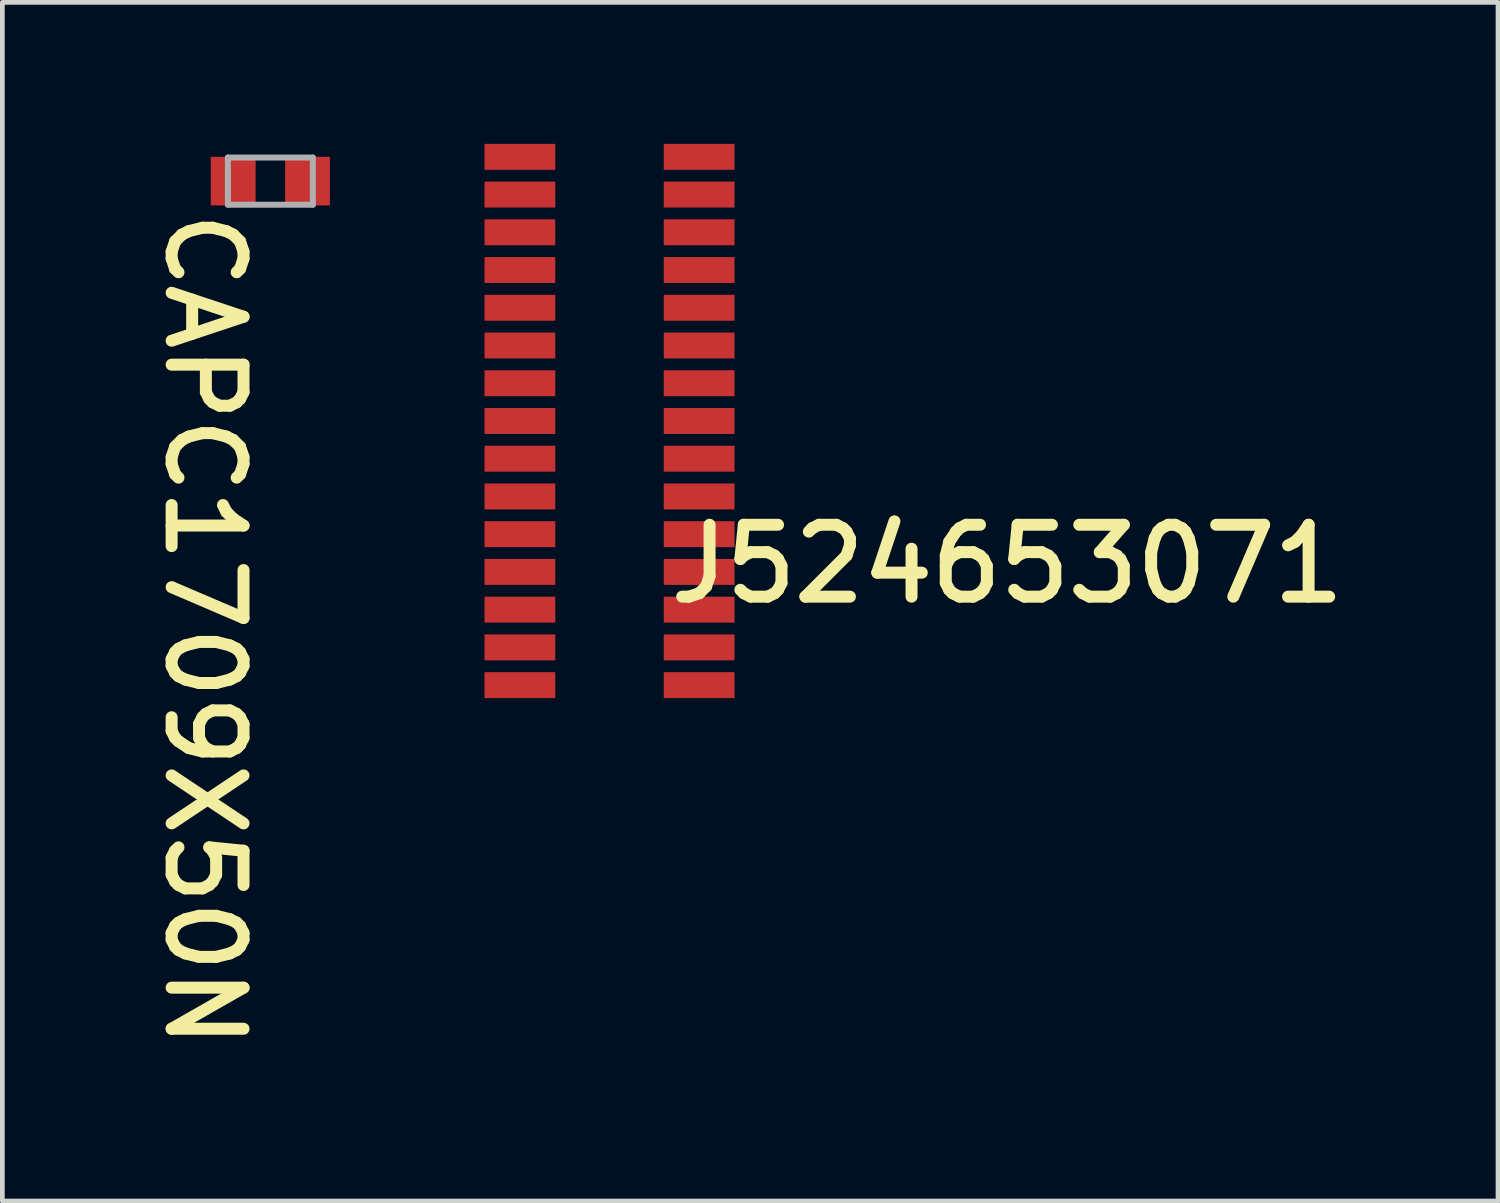
<source format=kicad_pcb>
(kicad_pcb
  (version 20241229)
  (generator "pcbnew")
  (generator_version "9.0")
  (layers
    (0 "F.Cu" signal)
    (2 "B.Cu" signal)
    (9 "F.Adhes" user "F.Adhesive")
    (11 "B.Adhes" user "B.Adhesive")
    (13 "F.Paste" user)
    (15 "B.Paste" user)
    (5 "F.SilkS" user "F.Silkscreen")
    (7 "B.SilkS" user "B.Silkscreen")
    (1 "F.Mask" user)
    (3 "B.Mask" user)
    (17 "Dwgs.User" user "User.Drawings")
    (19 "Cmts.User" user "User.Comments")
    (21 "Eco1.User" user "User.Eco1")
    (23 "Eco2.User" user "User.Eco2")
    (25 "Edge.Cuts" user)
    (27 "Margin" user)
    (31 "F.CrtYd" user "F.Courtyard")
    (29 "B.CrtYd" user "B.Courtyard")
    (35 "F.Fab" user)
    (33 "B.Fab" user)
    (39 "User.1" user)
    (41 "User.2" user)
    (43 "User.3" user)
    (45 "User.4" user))
  (footprint "J524653071"
    (layer "F.Cu")
    (at 9.872 5.875)
    (property "Reference" "J524653071" (at 1.156 3.924 0) (unlocked yes) (layer "F.SilkS") (effects (font (size 1.524 1.524) (thickness 0.254)) (justify left bottom)))
    (pad "1" smd rect (at -1.9 -5.6 180) (size 1.5 0.55) (layers "F.Cu" "F.Mask" "F.Paste"))
    (pad "2" smd rect (at -1.9 -4.8 180) (size 1.5 0.55) (layers "F.Cu" "F.Mask" "F.Paste"))
    (pad "3" smd rect (at -1.9 -4 180) (size 1.5 0.55) (layers "F.Cu" "F.Mask" "F.Paste"))
    (pad "4" smd rect (at -1.9 -3.2 180) (size 1.5 0.55) (layers "F.Cu" "F.Mask" "F.Paste"))
    (pad "5" smd rect (at -1.9 -2.4 180) (size 1.5 0.55) (layers "F.Cu" "F.Mask" "F.Paste"))
    (pad "6" smd rect (at -1.9 -1.6 180) (size 1.5 0.55) (layers "F.Cu" "F.Mask" "F.Paste"))
    (pad "7" smd rect (at -1.9 -0.8 180) (size 1.5 0.55) (layers "F.Cu" "F.Mask" "F.Paste"))
    (pad "8" smd rect (at -1.9 0 180) (size 1.5 0.55) (layers "F.Cu" "F.Mask" "F.Paste"))
    (pad "9" smd rect (at -1.9 0.8 180) (size 1.5 0.55) (layers "F.Cu" "F.Mask" "F.Paste"))
    (pad "10" smd rect (at -1.9 1.6 180) (size 1.5 0.55) (layers "F.Cu" "F.Mask" "F.Paste"))
    (pad "11" smd rect (at -1.9 2.4 180) (size 1.5 0.55) (layers "F.Cu" "F.Mask" "F.Paste"))
    (pad "12" smd rect (at -1.9 3.2 180) (size 1.5 0.55) (layers "F.Cu" "F.Mask" "F.Paste"))
    (pad "13" smd rect (at -1.9 4 180) (size 1.5 0.55) (layers "F.Cu" "F.Mask" "F.Paste"))
    (pad "14" smd rect (at -1.9 4.8 180) (size 1.5 0.55) (layers "F.Cu" "F.Mask" "F.Paste"))
    (pad "15" smd rect (at -1.9 5.6 180) (size 1.5 0.55) (layers "F.Cu" "F.Mask" "F.Paste"))
    (pad "16" smd rect (at 1.9 5.6 180) (size 1.5 0.55) (layers "F.Cu" "F.Mask" "F.Paste"))
    (pad "17" smd rect (at 1.9 4.8 180) (size 1.5 0.55) (layers "F.Cu" "F.Mask" "F.Paste"))
    (pad "18" smd rect (at 1.9 4 180) (size 1.5 0.55) (layers "F.Cu" "F.Mask" "F.Paste"))
    (pad "19" smd rect (at 1.9 3.2 180) (size 1.5 0.55) (layers "F.Cu" "F.Mask" "F.Paste"))
    (pad "20" smd rect (at 1.9 2.4 180) (size 1.5 0.55) (layers "F.Cu" "F.Mask" "F.Paste"))
    (pad "21" smd rect (at 1.9 1.6 180) (size 1.5 0.55) (layers "F.Cu" "F.Mask" "F.Paste"))
    (pad "22" smd rect (at 1.9 0.8 180) (size 1.5 0.55) (layers "F.Cu" "F.Mask" "F.Paste"))
    (pad "23" smd rect (at 1.9 0 180) (size 1.5 0.55) (layers "F.Cu" "F.Mask" "F.Paste"))
    (pad "24" smd rect (at 1.9 -0.8 180) (size 1.5 0.55) (layers "F.Cu" "F.Mask" "F.Paste"))
    (pad "25" smd rect (at 1.9 -1.6 180) (size 1.5 0.55) (layers "F.Cu" "F.Mask" "F.Paste"))
    (pad "26" smd rect (at 1.9 -2.4 180) (size 1.5 0.55) (layers "F.Cu" "F.Mask" "F.Paste"))
    (pad "27" smd rect (at 1.9 -3.2 180) (size 1.5 0.55) (layers "F.Cu" "F.Mask" "F.Paste"))
    (pad "28" smd rect (at 1.9 -4 180) (size 1.5 0.55) (layers "F.Cu" "F.Mask" "F.Paste"))
    (pad "29" smd rect (at 1.9 -4.8 180) (size 1.5 0.55) (layers "F.Cu" "F.Mask" "F.Paste"))
    (pad "30" smd rect (at 1.9 -5.6 180) (size 1.5 0.55) (layers "F.Cu" "F.Mask" "F.Paste")))
  (footprint "CAPC1709X50N"
    (layer "F.Cu")
    (at 2.682 0.79)
    (property "Reference" "CAPC1709X50N" (at -2.293 0.531 270) (unlocked yes) (layer "F.SilkS") (effects (font (size 1.524 1.524) (thickness 0.254)) (justify left bottom)))
    (fp_line (start -1.515 -0.765) (end -1.515 0.765) (stroke (width 0.05) (type solid)) (layer "Eco1.User"))
    (fp_line (start 1.515 -0.765) (end -1.515 -0.765) (stroke (width 0.05) (type solid)) (layer "Eco1.User"))
    (fp_line (start 1.515 -0.765) (end 1.515 0.765) (stroke (width 0.05) (type solid)) (layer "Eco1.User"))
    (fp_line (start 1.515 0.765) (end -1.515 0.765) (stroke (width 0.05) (type solid)) (layer "Eco1.User"))
    (fp_line (start -0.9 -0.5) (end -0.9 0.5) (stroke (width 0.127) (type solid)) (layer "F.Fab"))
    (fp_line (start 0.9 -0.5) (end -0.9 -0.5) (stroke (width 0.127) (type solid)) (layer "F.Fab"))
    (fp_line (start 0.9 -0.5) (end 0.9 0.5) (stroke (width 0.127) (type solid)) (layer "F.Fab"))
    (fp_line (start 0.9 0.5) (end -0.9 0.5) (stroke (width 0.127) (type solid)) (layer "F.Fab"))
    (pad "1" smd rect (at -0.788 0 180) (size 0.95 1.03) (layers "F.Cu" "F.Mask" "F.Paste"))
    (pad "2" smd rect (at 0.788 0 180) (size 0.95 1.03) (layers "F.Cu" "F.Mask" "F.Paste")))
  (gr_rect
    (start -3 -3)
    (end 28.709 22.413)
    (stroke (width 0.1) (type default))
    (fill no)
    (layer "Edge.Cuts")))
</source>
